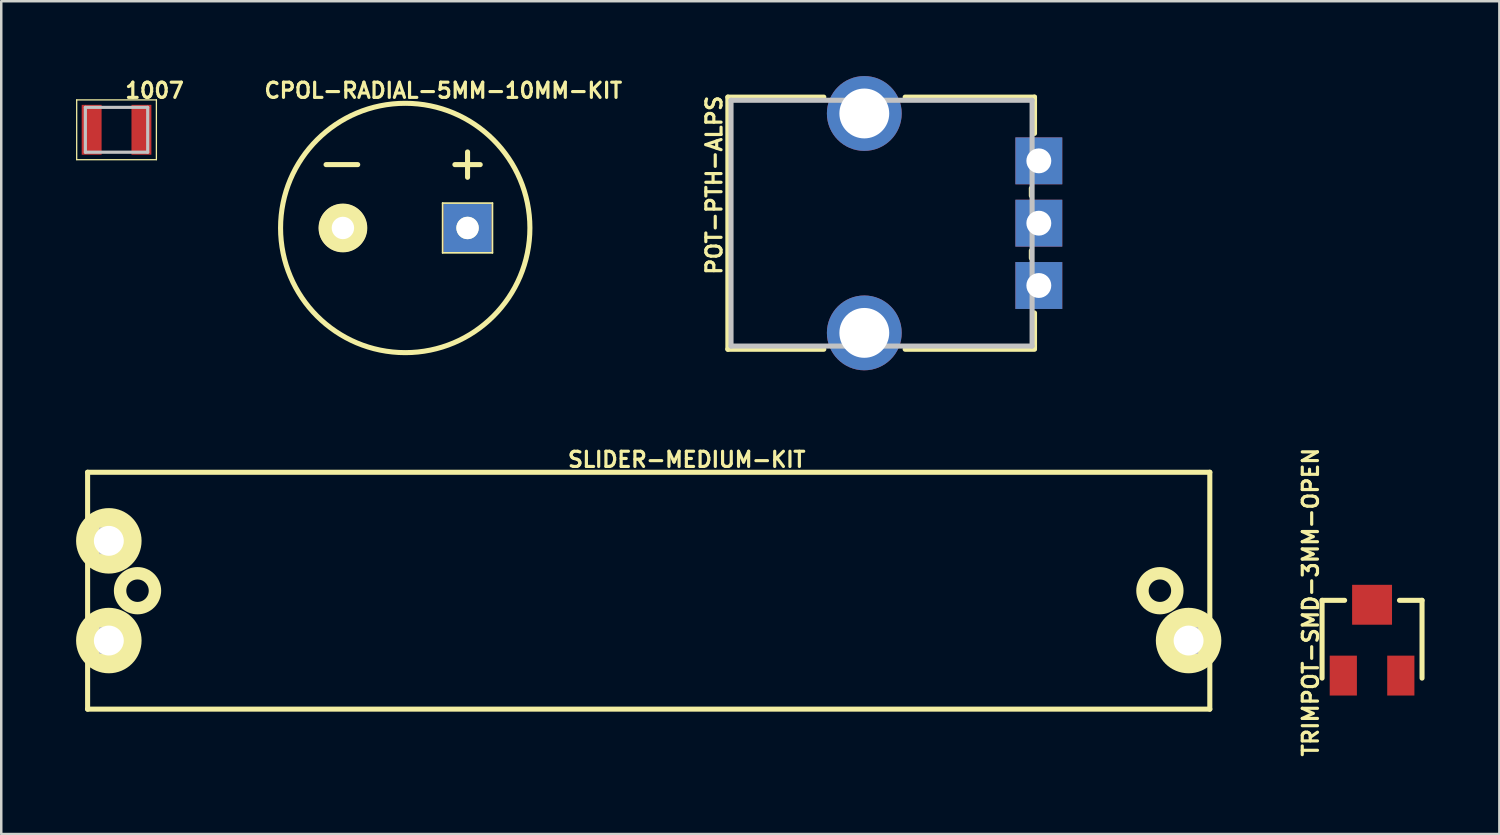
<source format=kicad_pcb>
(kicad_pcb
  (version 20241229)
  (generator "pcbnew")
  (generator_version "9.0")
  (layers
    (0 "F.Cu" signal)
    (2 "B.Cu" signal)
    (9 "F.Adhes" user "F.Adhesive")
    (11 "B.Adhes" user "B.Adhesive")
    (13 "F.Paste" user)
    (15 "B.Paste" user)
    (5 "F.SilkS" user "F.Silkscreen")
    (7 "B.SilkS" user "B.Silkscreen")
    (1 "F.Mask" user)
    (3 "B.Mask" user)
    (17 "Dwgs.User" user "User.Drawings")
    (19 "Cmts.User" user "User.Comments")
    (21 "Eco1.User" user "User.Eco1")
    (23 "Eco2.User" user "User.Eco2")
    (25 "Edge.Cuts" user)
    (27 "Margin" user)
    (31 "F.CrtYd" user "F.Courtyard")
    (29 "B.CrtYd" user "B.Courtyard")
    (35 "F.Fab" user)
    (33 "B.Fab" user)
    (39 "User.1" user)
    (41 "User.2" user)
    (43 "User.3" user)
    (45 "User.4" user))
  (footprint "TRIMPOT-SMD-3MM-OPEN"
    (layer "F.Cu")
    (at 51.967 22.62)
    (property "Reference" "TRIMPOT-SMD-3MM-OPEN" (at -2.464 -1.524 90) (layer "F.SilkS") (effects (font (size 0.61 0.61) (thickness 0.127))))
    (attr smd)
    (fp_line (start -2.004 -1.598) (end -2.004 1.521) (stroke (width 0.203) (type solid)) (layer "F.SilkS"))
    (fp_line (start -1.1 -1.598) (end -2.004 -1.598) (stroke (width 0.203) (type solid)) (layer "F.SilkS"))
    (fp_line (start 1.1 -1.598) (end 2.004 -1.598) (stroke (width 0.203) (type solid)) (layer "F.SilkS"))
    (fp_line (start 2.004 -1.598) (end 2.004 1.521) (stroke (width 0.203) (type solid)) (layer "F.SilkS"))
    (pad "1" smd rect (at -1.153 1.42) (size 1.09 1.6) (layers "F.Cu" "F.Mask" "F.Paste"))
    (pad "2" smd rect (at 0 -1.42) (size 1.6 1.6) (layers "F.Cu" "F.Mask" "F.Paste"))
    (pad "3" smd rect (at 1.153 1.42) (size 1.09 1.6) (layers "F.Cu" "F.Mask" "F.Paste")))
  (footprint "1007"
    (layer "F.Cu")
    (at 1.623 2.154)
    (property "Reference" "1007" (at 1.524 -1.575 0) (layer "F.SilkS") (effects (font (size 0.61 0.61) (thickness 0.127))))
    (attr smd)
    (fp_line (start -1.598 -1.199) (end 1.598 -1.199) (stroke (width 0.051) (type solid)) (layer "F.SilkS"))
    (fp_line (start -1.598 1.199) (end -1.598 -1.199) (stroke (width 0.051) (type solid)) (layer "F.SilkS"))
    (fp_line (start 1.598 -1.199) (end 1.598 1.199) (stroke (width 0.051) (type solid)) (layer "F.SilkS"))
    (fp_line (start 1.598 1.199) (end -1.598 1.199) (stroke (width 0.051) (type solid)) (layer "F.SilkS"))
    (fp_line (start -1.25 -0.899) (end -1.25 0.899) (stroke (width 0.127) (type solid)) (layer "Dwgs.User"))
    (fp_line (start -1.25 0.899) (end 1.25 0.899) (stroke (width 0.127) (type solid)) (layer "Dwgs.User"))
    (fp_line (start 1.25 -0.899) (end -1.25 -0.899) (stroke (width 0.127) (type solid)) (layer "Dwgs.User"))
    (fp_line (start 1.25 0.899) (end 1.25 -0.899) (stroke (width 0.127) (type solid)) (layer "Dwgs.User"))
    (pad "1" smd rect (at -0.998 0 90) (size 1.999 0.798) (layers "F.Cu" "F.Mask" "F.Paste"))
    (pad "2" smd rect (at 0.998 0 90) (size 1.999 0.798) (layers "F.Cu" "F.Mask" "F.Paste")))
  (footprint "SLIDER-MEDIUM-KIT"
    (layer "F.Cu")
    (at 22.962 20.636)
    (property "Reference" "SLIDER-MEDIUM-KIT" (at 1.524 -5.258 0) (layer "F.SilkS") (effects (font (size 0.61 0.61) (thickness 0.127))))
    (attr exclude_from_pos_files exclude_from_bom)
    (fp_line (start -22.499 -4.75) (end -22.499 4.75) (stroke (width 0.203) (type solid)) (layer "F.SilkS"))
    (fp_line (start -22.499 4.75) (end 22.499 4.75) (stroke (width 0.203) (type solid)) (layer "F.SilkS"))
    (fp_line (start 22.499 -4.75) (end -22.499 -4.75) (stroke (width 0.203) (type solid)) (layer "F.SilkS"))
    (fp_line (start 22.499 4.75) (end 22.499 -4.75) (stroke (width 0.203) (type solid)) (layer "F.SilkS"))
    (fp_circle (center -21.648 -1.999) (end -21.648 -3.312) (stroke (width 0) (type solid)) (fill yes) (layer "F.SilkS"))
    (fp_circle (center -21.648 -1.999) (end -21.648 -2.598) (stroke (width 0) (type solid)) (fill yes) (layer "F.SilkS"))
    (fp_circle (center -21.648 1.999) (end -21.648 0.686) (stroke (width 0) (type solid)) (fill yes) (layer "F.SilkS"))
    (fp_circle (center -21.648 1.999) (end -21.648 1.4) (stroke (width 0) (type solid)) (fill yes) (layer "F.SilkS"))
    (fp_circle (center -20.498 0) (end -20.498 -0.699) (stroke (width 0.498) (type solid)) (fill no) (layer "F.SilkS"))
    (fp_circle (center 20.498 0) (end 20.498 -0.699) (stroke (width 0.498) (type solid)) (fill no) (layer "F.SilkS"))
    (fp_circle (center 21.648 1.999) (end 21.648 0.686) (stroke (width 0) (type solid)) (fill yes) (layer "F.SilkS"))
    (fp_circle (center 21.648 1.999) (end 21.648 1.4) (stroke (width 0) (type solid)) (fill yes) (layer "F.SilkS"))
    (fp_line (start -21.999 -2.499) (end -21.499 -2.499) (stroke (width 0.066) (type solid)) (layer "Dwgs.User"))
    (fp_line (start -21.999 -1.499) (end -21.999 -2.499) (stroke (width 0.066) (type solid)) (layer "Dwgs.User"))
    (fp_line (start -21.999 -1.499) (end -21.499 -1.499) (stroke (width 0.066) (type solid)) (layer "Dwgs.User"))
    (fp_line (start -21.999 1.499) (end -21.499 1.499) (stroke (width 0.066) (type solid)) (layer "Dwgs.User"))
    (fp_line (start -21.999 2.499) (end -21.999 1.499) (stroke (width 0.066) (type solid)) (layer "Dwgs.User"))
    (fp_line (start -21.999 2.499) (end -21.499 2.499) (stroke (width 0.066) (type solid)) (layer "Dwgs.User"))
    (fp_line (start -21.499 -1.499) (end -21.499 -2.499) (stroke (width 0.066) (type solid)) (layer "Dwgs.User"))
    (fp_line (start -21.499 2.499) (end -21.499 1.499) (stroke (width 0.066) (type solid)) (layer "Dwgs.User"))
    (fp_line (start 21.499 1.499) (end 21.999 1.499) (stroke (width 0.066) (type solid)) (layer "Dwgs.User"))
    (fp_line (start 21.499 2.499) (end 21.499 1.499) (stroke (width 0.066) (type solid)) (layer "Dwgs.User"))
    (fp_line (start 21.499 2.499) (end 21.999 2.499) (stroke (width 0.066) (type solid)) (layer "Dwgs.User"))
    (fp_line (start 21.999 2.499) (end 21.999 1.499) (stroke (width 0.066) (type solid)) (layer "Dwgs.User"))
    (pad "BOTT" thru_hole circle (at 21.648 1.999) (size 2.499 2.499) (drill 1.199) (layers "*.Cu" "*.Paste" "*.Mask"))
    (pad "TOP" thru_hole circle (at -21.648 1.999) (size 2.499 2.499) (drill 1.199) (layers "*.Cu" "*.Paste" "*.Mask"))
    (pad "WIPE" thru_hole circle (at -21.648 -1.999) (size 2.499 2.499) (drill 1.199) (layers "*.Cu" "*.Paste" "*.Mask")))
  (footprint "CPOL-RADIAL-5MM-10MM-KIT"
    (layer "F.Cu")
    (at 13.199 6.091)
    (property "Reference" "CPOL-RADIAL-5MM-10MM-KIT" (at 1.524 -5.512 0) (layer "F.SilkS") (effects (font (size 0.61 0.61) (thickness 0.127))))
    (attr exclude_from_pos_files exclude_from_bom)
    (fp_line (start -1.905 -2.54) (end -3.175 -2.54) (stroke (width 0.203) (type solid)) (layer "F.SilkS"))
    (fp_line (start 1.499 -0.998) (end 3.498 -0.998) (stroke (width 0.066) (type solid)) (layer "F.SilkS"))
    (fp_line (start 1.499 0.998) (end 1.499 -0.998) (stroke (width 0.066) (type solid)) (layer "F.SilkS"))
    (fp_line (start 1.499 0.998) (end 3.498 0.998) (stroke (width 0.066) (type solid)) (layer "F.SilkS"))
    (fp_line (start 2.499 -3.048) (end 2.499 -2.032) (stroke (width 0.203) (type solid)) (layer "F.SilkS"))
    (fp_line (start 3.007 -2.54) (end 1.991 -2.54) (stroke (width 0.203) (type solid)) (layer "F.SilkS"))
    (fp_line (start 3.498 0.998) (end 3.498 -0.998) (stroke (width 0.066) (type solid)) (layer "F.SilkS"))
    (fp_circle (center -2.499 0) (end -2.499 -0.978) (stroke (width 0) (type solid)) (fill yes) (layer "F.SilkS"))
    (fp_circle (center -2.499 0) (end -2.499 -0.447) (stroke (width 0) (type solid)) (fill yes) (layer "F.SilkS"))
    (fp_circle (center 0 0) (end 0 -4.999) (stroke (width 0.203) (type solid)) (fill no) (layer "F.SilkS"))
    (fp_circle (center 2.499 0) (end 2.499 -0.45) (stroke (width 0) (type solid)) (fill yes) (layer "F.SilkS"))
    (pad "+" thru_hole rect (at 2.499 0) (size 1.93 1.93) (drill 0.899) (layers "*.Cu" "*.Paste" "*.Mask"))
    (pad "-" thru_hole circle (at -2.499 0) (size 1.93 1.93) (drill 0.899) (layers "*.Cu" "*.Paste" "*.Mask")))
  (footprint "POT-PTH-ALPS"
    (layer "F.Cu")
    (at 31.607 5.899)
    (property "Reference" "POT-PTH-ALPS" (at -6.02 -1.524 90) (layer "F.SilkS") (effects (font (size 0.61 0.61) (thickness 0.127))))
    (attr exclude_from_pos_files exclude_from_bom)
    (fp_line (start -5.471 -5.055) (end -5.471 5.055) (stroke (width 0.203) (type solid)) (layer "F.SilkS"))
    (fp_line (start -5.471 -5.055) (end -1.623 -5.055) (stroke (width 0.203) (type solid)) (layer "F.SilkS"))
    (fp_line (start -5.471 5.055) (end -1.623 5.055) (stroke (width 0.203) (type solid)) (layer "F.SilkS"))
    (fp_line (start 1.638 -5.055) (end 6.825 -5.055) (stroke (width 0.203) (type solid)) (layer "F.SilkS"))
    (fp_line (start 1.638 5.055) (end 6.825 5.055) (stroke (width 0.203) (type solid)) (layer "F.SilkS"))
    (fp_line (start 6.698 -1.4) (end 6.698 -1.1) (stroke (width 0.203) (type solid)) (layer "F.SilkS"))
    (fp_line (start 6.698 1.1) (end 6.698 1.4) (stroke (width 0.203) (type solid)) (layer "F.SilkS"))
    (fp_line (start 6.825 -5.055) (end 6.825 -3.599) (stroke (width 0.203) (type solid)) (layer "F.SilkS"))
    (fp_line (start 6.825 3.599) (end 6.825 5.027) (stroke (width 0.203) (type solid)) (layer "F.SilkS"))
    (fp_line (start -5.344 -4.928) (end 6.728 -4.928) (stroke (width 0.203) (type solid)) (layer "Dwgs.User"))
    (fp_line (start -5.344 4.928) (end -5.344 -4.928) (stroke (width 0.203) (type solid)) (layer "Dwgs.User"))
    (fp_line (start 6.728 -4.928) (end 6.728 4.928) (stroke (width 0.203) (type solid)) (layer "Dwgs.User"))
    (fp_line (start 6.728 4.928) (end -5.344 4.928) (stroke (width 0.203) (type solid)) (layer "Dwgs.User"))
    (pad "P$1" thru_hole rect (at 6.998 2.499) (size 1.88 1.88) (drill 0.998) (layers "*.Cu" "*.Paste" "*.Mask"))
    (pad "P$2" thru_hole rect (at 6.998 0) (size 1.88 1.88) (drill 0.998) (layers "*.Cu" "*.Paste" "*.Mask"))
    (pad "P$3" thru_hole rect (at 6.998 -2.499) (size 1.88 1.88) (drill 0.998) (layers "*.Cu" "*.Paste" "*.Mask"))
    (pad "P$4" thru_hole circle (at 0 4.399) (size 3 3) (drill 1.999) (layers "*.Cu" "*.Paste" "*.Mask"))
    (pad "P$5" thru_hole circle (at 0 -4.399) (size 3 3) (drill 1.999) (layers "*.Cu" "*.Paste" "*.Mask")))
  (gr_rect
    (start -3 -3)
    (end 57.072 30.395)
    (stroke (width 0.1) (type default))
    (fill no)
    (layer "Edge.Cuts")))
</source>
